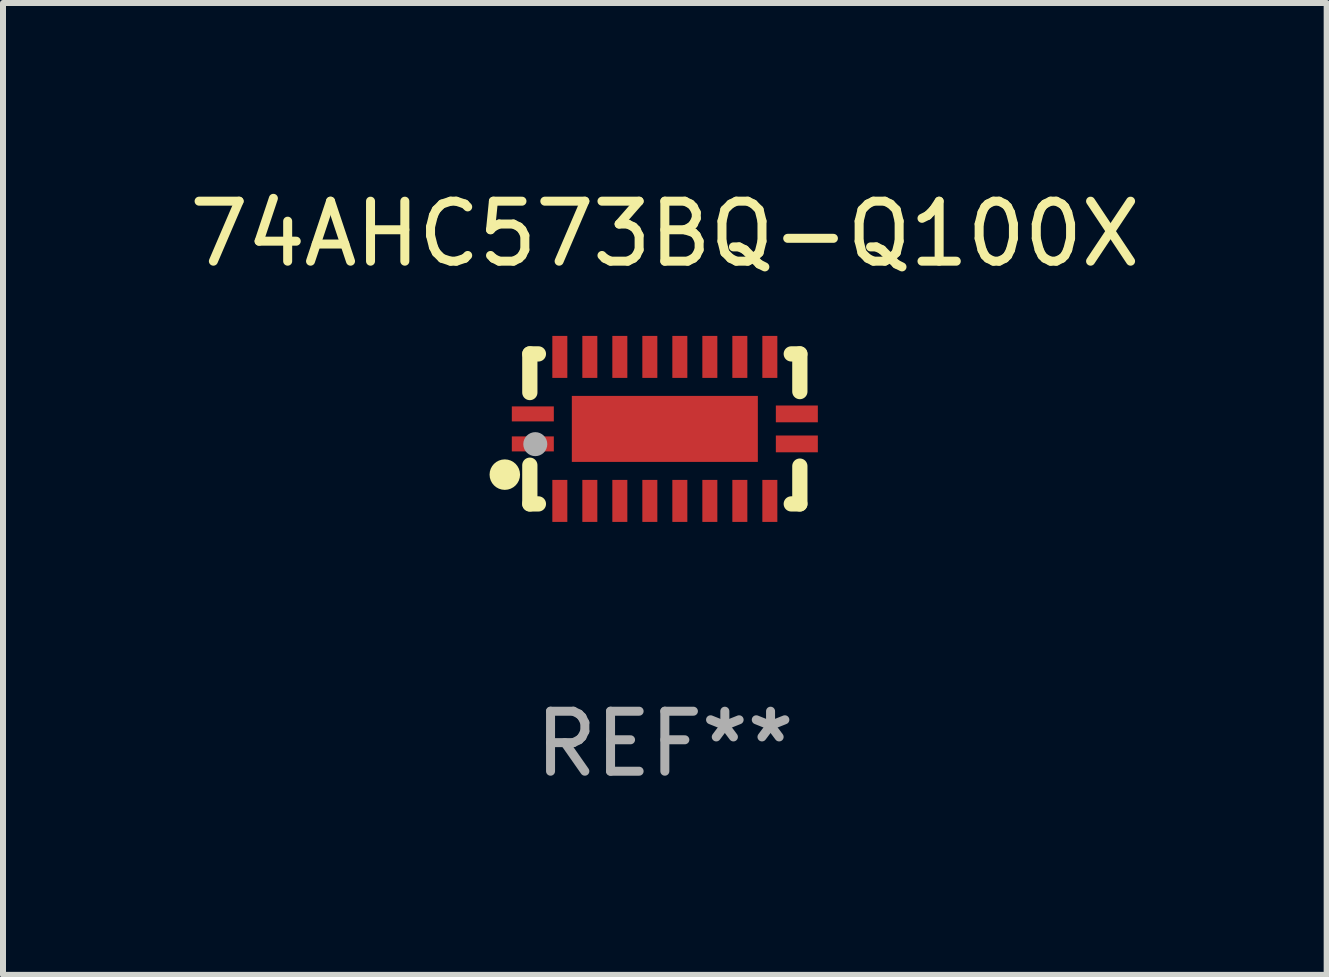
<source format=kicad_pcb>
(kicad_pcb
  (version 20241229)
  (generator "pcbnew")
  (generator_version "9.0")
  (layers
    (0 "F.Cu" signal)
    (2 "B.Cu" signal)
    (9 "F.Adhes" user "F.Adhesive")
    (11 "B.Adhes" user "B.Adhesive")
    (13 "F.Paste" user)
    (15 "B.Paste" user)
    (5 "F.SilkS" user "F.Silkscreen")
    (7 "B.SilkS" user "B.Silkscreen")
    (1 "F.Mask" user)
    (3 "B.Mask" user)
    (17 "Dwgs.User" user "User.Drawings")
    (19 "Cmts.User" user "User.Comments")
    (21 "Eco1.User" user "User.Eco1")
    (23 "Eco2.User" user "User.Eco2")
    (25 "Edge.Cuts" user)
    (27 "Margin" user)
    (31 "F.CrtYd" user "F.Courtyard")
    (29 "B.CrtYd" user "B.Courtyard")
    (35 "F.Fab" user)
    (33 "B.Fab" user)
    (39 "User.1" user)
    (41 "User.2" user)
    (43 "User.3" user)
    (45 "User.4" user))
  (footprint "74AHC573BQ-Q100X"
    (layer "F.Cu")
    (at 8.03 4.098)
    (property "Reference" "74AHC573BQ-Q100X" (at 0 -3.25 0) (layer "F.SilkS") (effects (font (size 1 1) (thickness 0.15))))
    (attr through_hole)
    (fp_line (start -2.25 0.605) (end -2.25 1.25) (stroke (width 0.254) (type solid)) (layer "F.SilkS"))
    (fp_line (start -2.25 1.25) (end -2.107 1.25) (stroke (width 0.254) (type solid)) (layer "F.SilkS"))
    (fp_line (start -2.25 -1.25) (end -2.25 -0.606) (stroke (width 0.254) (type solid)) (layer "F.SilkS"))
    (fp_line (start -2.25 -1.25) (end -2.107 -1.25) (stroke (width 0.254) (type solid)) (layer "F.SilkS"))
    (fp_line (start 2.107 -1.25) (end 2.25 -1.25) (stroke (width 0.254) (type solid)) (layer "F.SilkS"))
    (fp_line (start 2.107 1.25) (end 2.25 1.25) (stroke (width 0.254) (type solid)) (layer "F.SilkS"))
    (fp_line (start 2.25 -1.25) (end 2.25 -0.622) (stroke (width 0.254) (type solid)) (layer "F.SilkS"))
    (fp_line (start 2.25 0.62) (end 2.25 1.25) (stroke (width 0.254) (type solid)) (layer "F.SilkS"))
    (fp_circle (center -2.667 0.762) (end -2.54 0.762) (stroke (width 0.254) (type solid)) (fill no) (layer "F.SilkS"))
    (fp_circle (center -2.25 1.249) (end -2.22 1.249) (stroke (width 0.06) (type solid)) (fill no) (layer "F.SilkS"))
    (fp_circle (center -2.159 0.254) (end -2.059 0.254) (stroke (width 0.2) (type solid)) (fill no) (layer "F.Fab"))
    (fp_text user "REF**" (at 0 5.25 0) (layer "F.Fab") (effects (font (size 1 1) (thickness 0.15))))
    (pad "1" smd rect (at -2.2 0.25 180) (size 0.7 0.25) (layers "F.Cu" "F.Mask" "F.Paste"))
    (pad "2" smd rect (at -1.75 1.2 90) (size 0.7 0.25) (layers "F.Cu" "F.Mask" "F.Paste"))
    (pad "3" smd rect (at -1.25 1.2 90) (size 0.7 0.25) (layers "F.Cu" "F.Mask" "F.Paste"))
    (pad "4" smd rect (at -0.75 1.2 90) (size 0.7 0.25) (layers "F.Cu" "F.Mask" "F.Paste"))
    (pad "5" smd rect (at -0.25 1.2 90) (size 0.7 0.25) (layers "F.Cu" "F.Mask" "F.Paste"))
    (pad "6" smd rect (at 0.25 1.2 90) (size 0.7 0.25) (layers "F.Cu" "F.Mask" "F.Paste"))
    (pad "7" smd rect (at 0.75 1.2 90) (size 0.7 0.25) (layers "F.Cu" "F.Mask" "F.Paste"))
    (pad "8" smd rect (at 1.25 1.2 90) (size 0.7 0.25) (layers "F.Cu" "F.Mask" "F.Paste"))
    (pad "9" smd rect (at 1.75 1.2 90) (size 0.7 0.25) (layers "F.Cu" "F.Mask" "F.Paste"))
    (pad "10" smd rect (at 2.2 0.25 180) (size 0.7 0.28) (layers "F.Cu" "F.Mask" "F.Paste"))
    (pad "11" smd rect (at 2.2 -0.25 180) (size 0.7 0.28) (layers "F.Cu" "F.Mask" "F.Paste"))
    (pad "12" smd rect (at 1.75 -1.2 90) (size 0.7 0.25) (layers "F.Cu" "F.Mask" "F.Paste"))
    (pad "13" smd rect (at 1.25 -1.2 90) (size 0.7 0.25) (layers "F.Cu" "F.Mask" "F.Paste"))
    (pad "14" smd rect (at 0.75 -1.2 90) (size 0.7 0.25) (layers "F.Cu" "F.Mask" "F.Paste"))
    (pad "15" smd rect (at 0.25 -1.2 90) (size 0.7 0.25) (layers "F.Cu" "F.Mask" "F.Paste"))
    (pad "16" smd rect (at -0.25 -1.2 90) (size 0.7 0.25) (layers "F.Cu" "F.Mask" "F.Paste"))
    (pad "17" smd rect (at -0.75 -1.2 90) (size 0.7 0.25) (layers "F.Cu" "F.Mask" "F.Paste"))
    (pad "18" smd rect (at -1.25 -1.2 90) (size 0.7 0.25) (layers "F.Cu" "F.Mask" "F.Paste"))
    (pad "19" smd rect (at -1.75 -1.2 90) (size 0.7 0.25) (layers "F.Cu" "F.Mask" "F.Paste"))
    (pad "20" smd rect (at -2.2 -0.25 180) (size 0.7 0.25) (layers "F.Cu" "F.Mask" "F.Paste"))
    (pad "21" smd rect (at 0 -0.000013 180) (size 3.1 1.1) (layers "F.Cu" "F.Mask" "F.Paste")))
  (gr_rect
    (start -3 -3)
    (end 19.06 13.197)
    (stroke (width 0.1) (type default))
    (fill no)
    (layer "Edge.Cuts")))
</source>
